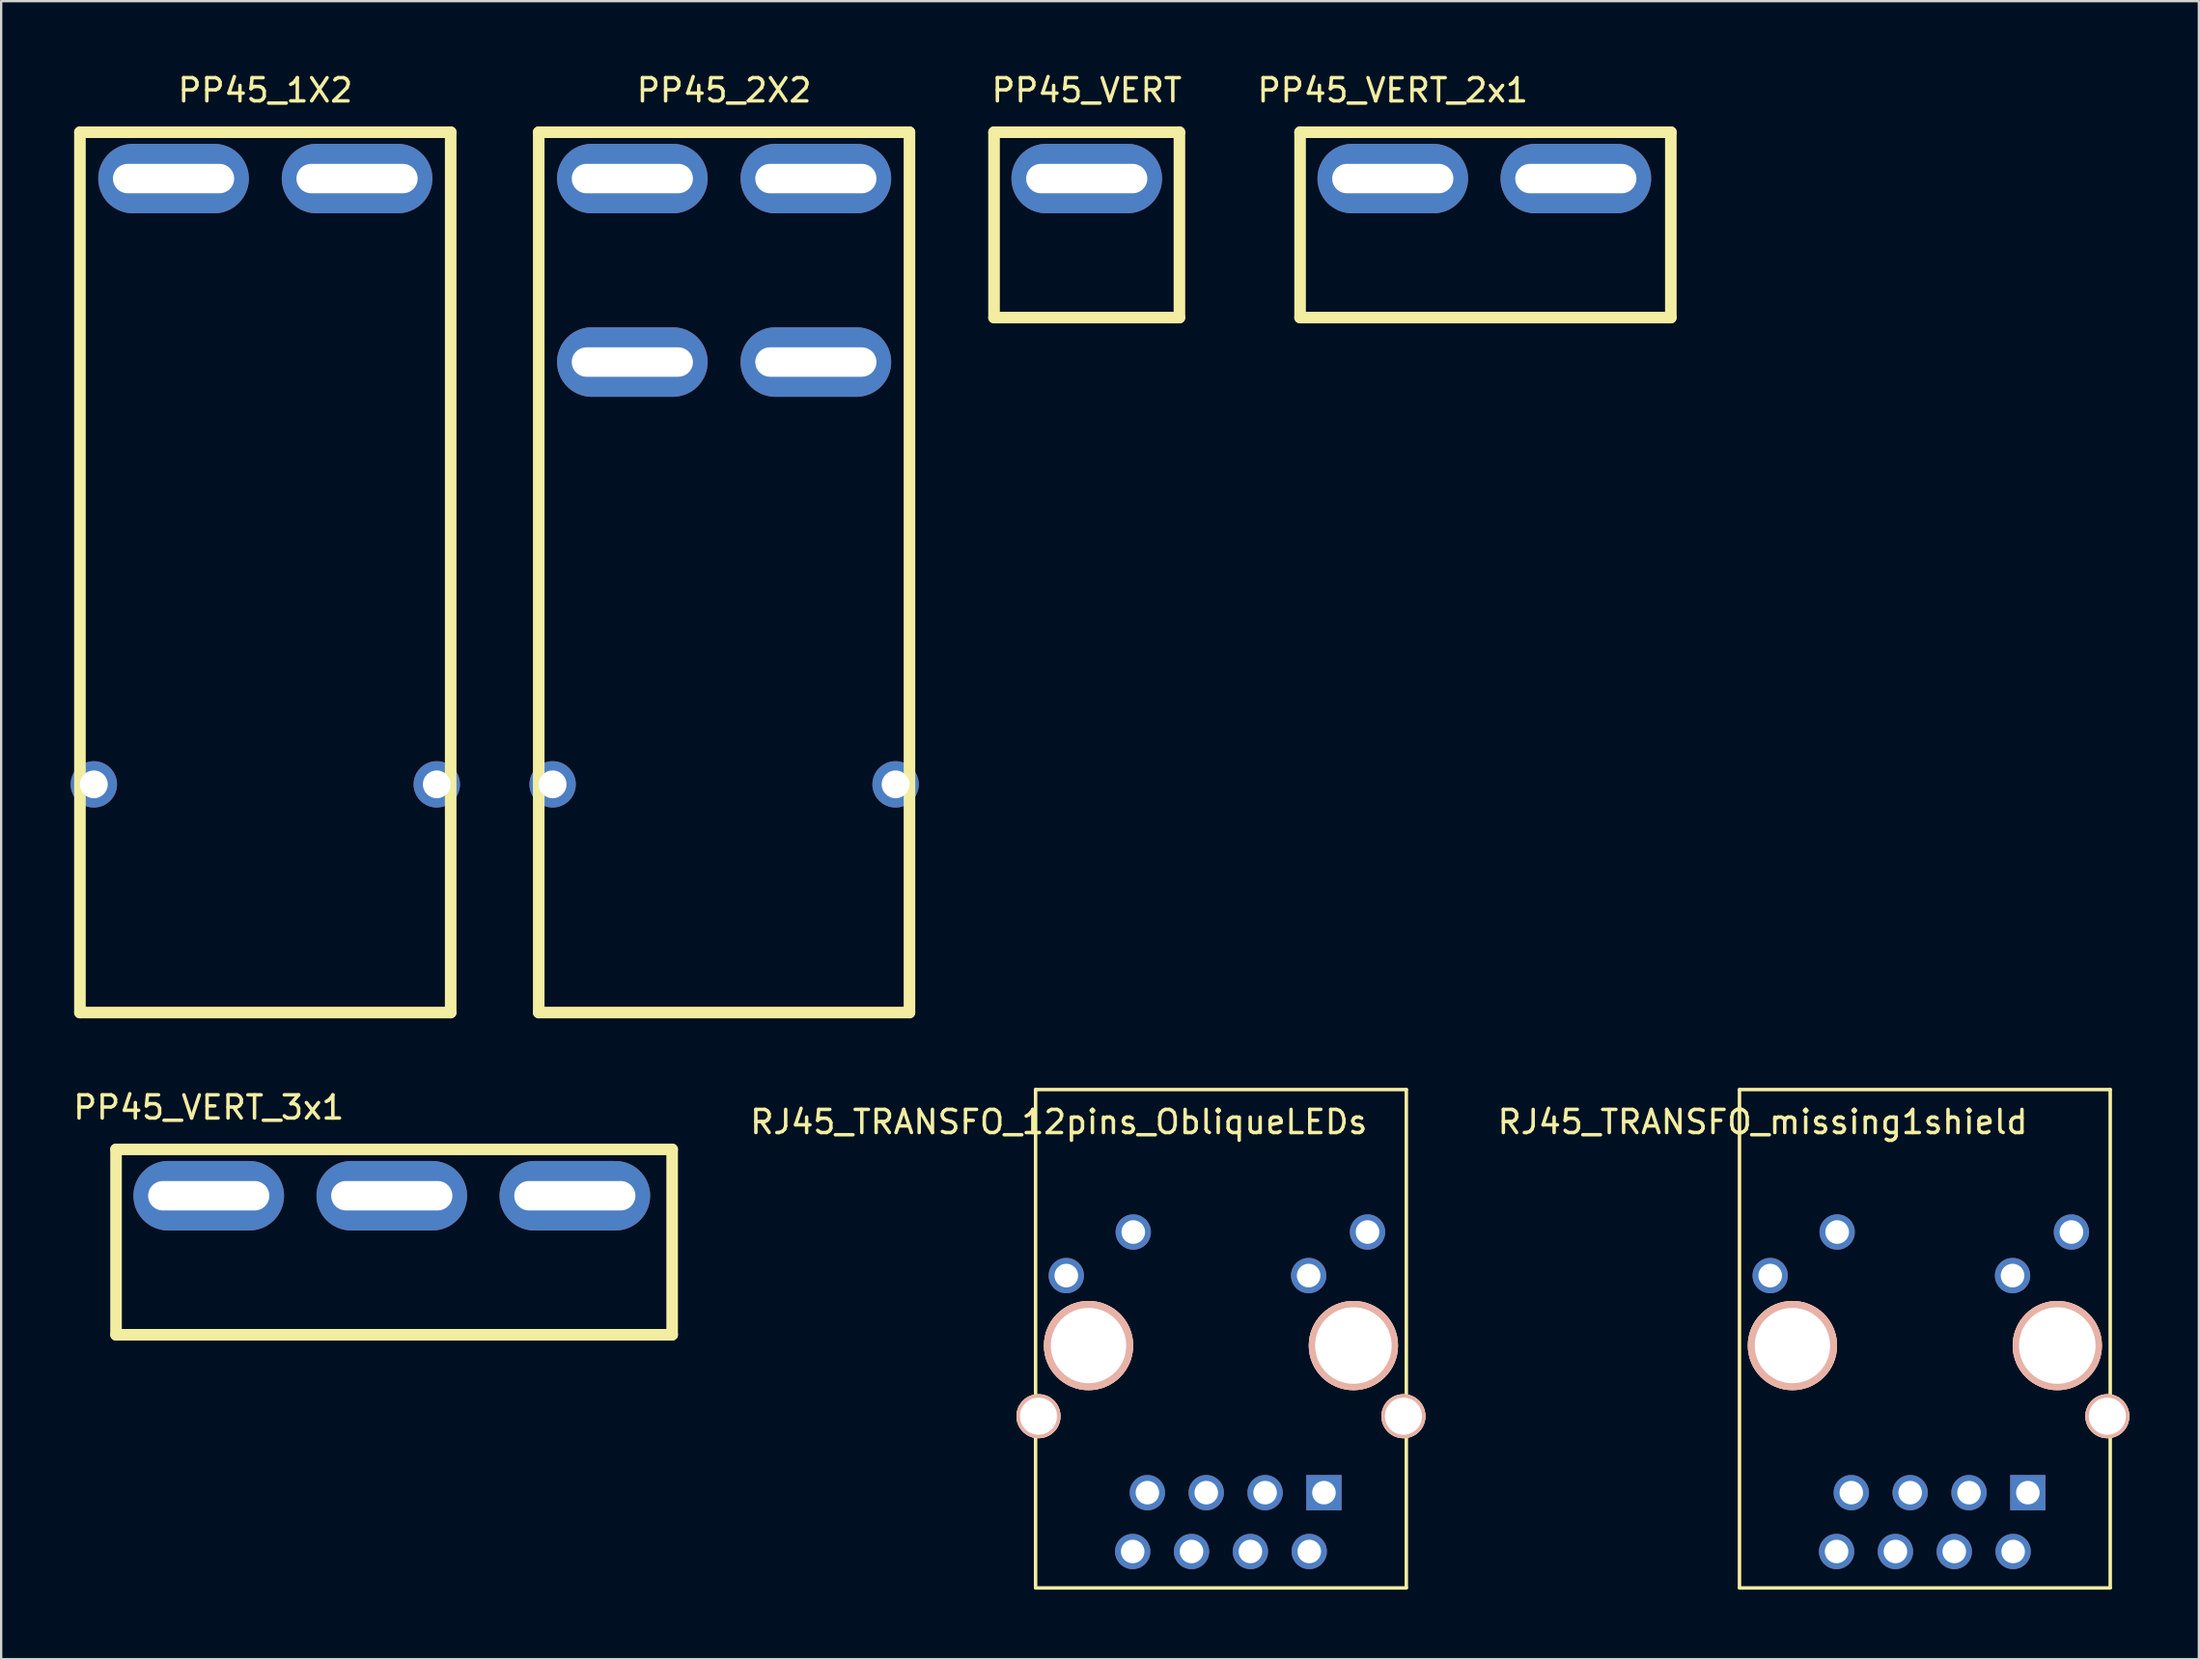
<source format=kicad_pcb>
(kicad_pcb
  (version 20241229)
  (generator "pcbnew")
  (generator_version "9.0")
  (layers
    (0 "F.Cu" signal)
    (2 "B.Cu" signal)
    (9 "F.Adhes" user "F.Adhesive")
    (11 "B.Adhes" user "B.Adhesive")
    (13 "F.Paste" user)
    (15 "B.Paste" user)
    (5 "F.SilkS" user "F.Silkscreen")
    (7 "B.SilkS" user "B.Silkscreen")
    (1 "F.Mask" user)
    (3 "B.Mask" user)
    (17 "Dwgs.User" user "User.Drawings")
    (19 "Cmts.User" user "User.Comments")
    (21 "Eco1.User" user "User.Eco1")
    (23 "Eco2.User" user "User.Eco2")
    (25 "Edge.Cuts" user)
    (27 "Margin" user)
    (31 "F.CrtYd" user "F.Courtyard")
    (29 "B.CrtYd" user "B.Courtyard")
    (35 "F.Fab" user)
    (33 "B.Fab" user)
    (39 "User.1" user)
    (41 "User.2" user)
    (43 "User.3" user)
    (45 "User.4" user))
  (footprint "PP45_2X2"
    (layer "F.Cu")
    (at 28.2 4.658)
    (property "Reference" "PP45_2X2" (at 0 -3.81 0) (layer "F.SilkS") (effects (font (size 1 1) (thickness 0.15))))
    (attr through_hole)
    (fp_line (start -8 -2) (end -8 36) (stroke (width 0.5) (type solid)) (layer "F.SilkS"))
    (fp_line (start -8 36) (end 8 36) (stroke (width 0.5) (type solid)) (layer "F.SilkS"))
    (fp_line (start 8 -2) (end -8 -2) (stroke (width 0.5) (type solid)) (layer "F.SilkS"))
    (fp_line (start 8 36) (end 8 -2) (stroke (width 0.5) (type solid)) (layer "F.SilkS"))
    (pad "1" thru_hole oval (at -3.96 0) (size 6.5 3) (drill oval 5.23 1.27) (layers "*.Cu" "*.Mask"))
    (pad "2" thru_hole oval (at 3.96 0) (size 6.5 3) (drill oval 5.23 1.27) (layers "*.Cu" "*.Mask"))
    (pad "3" thru_hole oval (at -3.96 7.92) (size 6.5 3) (drill oval 5.23 1.27) (layers "*.Cu" "*.Mask"))
    (pad "4" thru_hole oval (at 3.96 7.92) (size 6.5 3) (drill oval 5.23 1.27) (layers "*.Cu" "*.Mask"))
    (pad "MNT" thru_hole circle (at -7.4 26.15) (size 2 2) (drill 1.2) (layers "*.Cu" "*.Mask"))
    (pad "MNT" thru_hole circle (at 7.4 26.15) (size 2 2) (drill 1.2) (layers "*.Cu" "*.Mask")))
  (footprint "RJ45_TRANSFO_12pins_ObliqueLEDs"
    (layer "F.Cu")
    (at 49.643 54.738)
    (property "Reference" "RJ45_TRANSFO_12pins_ObliqueLEDs" (at -7 -9.355 0) (layer "F.SilkS") (effects (font (size 1 1) (thickness 0.15))))
    (attr through_hole)
    (fp_line (start -8 -10.755) (end 8 -10.755) (stroke (width 0.15) (type solid)) (layer "F.SilkS"))
    (fp_line (start -8 10.745) (end -8 -10.755) (stroke (width 0.15) (type solid)) (layer "F.SilkS"))
    (fp_line (start -8 10.757) (end 8 10.757) (stroke (width 0.15) (type solid)) (layer "F.SilkS"))
    (fp_line (start 8 -10.755) (end 8 10.745) (stroke (width 0.15) (type solid)) (layer "F.SilkS"))
    (pad "1" thru_hole rect (at 4.445 6.645) (size 1.524 1.524) (drill 1.016) (layers "*.Cu" "*.Mask"))
    (pad "2" thru_hole circle (at 3.81 9.185) (size 1.524 1.524) (drill 1.016) (layers "*.Cu" "*.Mask"))
    (pad "3" thru_hole circle (at 1.905 6.645) (size 1.524 1.524) (drill 1.016) (layers "*.Cu" "*.Mask"))
    (pad "4" thru_hole circle (at 1.27 9.185) (size 1.524 1.524) (drill 1.016) (layers "*.Cu" "*.Mask"))
    (pad "5" thru_hole circle (at -0.635 6.645) (size 1.524 1.524) (drill 1.016) (layers "*.Cu" "*.Mask"))
    (pad "6" thru_hole circle (at -1.27 9.185) (size 1.524 1.524) (drill 1.016) (layers "*.Cu" "*.Mask"))
    (pad "7" thru_hole circle (at -3.175 6.645) (size 1.524 1.524) (drill 1.016) (layers "*.Cu" "*.Mask"))
    (pad "8" thru_hole circle (at -3.81 9.185) (size 1.524 1.524) (drill 1.016) (layers "*.Cu" "*.Mask"))
    (pad "9" thru_hole circle (at 6.325 -4.605) (size 1.524 1.524) (drill 1.02) (layers "*.Cu" "*.Mask"))
    (pad "10" thru_hole circle (at 3.785 -2.725) (size 1.524 1.524) (drill 1.02) (layers "*.Cu" "*.Mask"))
    (pad "11" thru_hole circle (at -3.785 -4.605) (size 1.524 1.524) (drill 1.02) (layers "*.Cu" "*.Mask"))
    (pad "12" thru_hole circle (at -6.675 -2.725) (size 1.524 1.524) (drill 1.02) (layers "*.Cu" "*.Mask"))
    (pad "13" thru_hole circle (at -7.875 3.345) (size 1.9 1.9) (drill 1.6) (layers "*.Cu" "*.SilkS" "*.Mask"))
    (pad "13" thru_hole circle (at 7.875 3.345) (size 1.9 1.9) (drill 1.6) (layers "*.Cu" "*.SilkS" "*.Mask"))
    (pad "Hole" thru_hole circle (at -5.715 0.295) (size 3.851 3.851) (drill 3.25) (layers "*.Cu" "*.SilkS" "*.Mask"))
    (pad "Hole" thru_hole circle (at 5.715 0.295) (size 3.851 3.851) (drill 3.302) (layers "*.Cu" "*.SilkS" "*.Mask")))
  (footprint "PP45_1X2"
    (layer "F.Cu")
    (at 8.4 4.658)
    (property "Reference" "PP45_1X2" (at 0 -3.81 0) (layer "F.SilkS") (effects (font (size 1 1) (thickness 0.15))))
    (attr through_hole)
    (fp_line (start -8 -2) (end -8 36) (stroke (width 0.5) (type solid)) (layer "F.SilkS"))
    (fp_line (start -8 36) (end 8 36) (stroke (width 0.5) (type solid)) (layer "F.SilkS"))
    (fp_line (start 8 -2) (end -8 -2) (stroke (width 0.5) (type solid)) (layer "F.SilkS"))
    (fp_line (start 8 36) (end 8 -2) (stroke (width 0.5) (type solid)) (layer "F.SilkS"))
    (pad "1" thru_hole oval (at -3.96 0) (size 6.5 3) (drill oval 5.23 1.27) (layers "*.Cu" "*.Mask"))
    (pad "2" thru_hole oval (at 3.96 0) (size 6.5 3) (drill oval 5.23 1.27) (layers "*.Cu" "*.Mask"))
    (pad "MNT" thru_hole circle (at -7.4 26.15) (size 2 2) (drill 1.2) (layers "*.Cu" "*.Mask"))
    (pad "MNT" thru_hole circle (at 7.4 26.15) (size 2 2) (drill 1.2) (layers "*.Cu" "*.Mask")))
  (footprint "PP45_VERT"
    (layer "F.Cu")
    (at 43.85 4.658)
    (property "Reference" "PP45_VERT" (at 0 -3.81 0) (layer "F.SilkS") (effects (font (size 1 1) (thickness 0.15))))
    (attr through_hole)
    (fp_line (start -4 -2) (end -4 6) (stroke (width 0.5) (type solid)) (layer "F.SilkS"))
    (fp_line (start -4 6) (end 4 6) (stroke (width 0.5) (type solid)) (layer "F.SilkS"))
    (fp_line (start 4 -2) (end -4 -2) (stroke (width 0.5) (type solid)) (layer "F.SilkS"))
    (fp_line (start 4 6) (end 4 -2) (stroke (width 0.5) (type solid)) (layer "F.SilkS"))
    (pad "1" thru_hole oval (at 0 0) (size 6.5 3) (drill oval 5.23 1.27) (layers "*.Cu" "*.Mask")))
  (footprint "PP45_VERT_2x1"
    (layer "F.Cu")
    (at 57.058 4.658)
    (property "Reference" "PP45_VERT_2x1" (at 0 -3.81 0) (layer "F.SilkS") (effects (font (size 1 1) (thickness 0.15))))
    (attr through_hole)
    (fp_line (start -4 -2) (end -4 6) (stroke (width 0.5) (type solid)) (layer "F.SilkS"))
    (fp_line (start -4 6) (end 12 6) (stroke (width 0.5) (type solid)) (layer "F.SilkS"))
    (fp_line (start 12 -2) (end -4 -2) (stroke (width 0.5) (type solid)) (layer "F.SilkS"))
    (fp_line (start 12 6) (end 12 -2) (stroke (width 0.5) (type solid)) (layer "F.SilkS"))
    (pad "1" thru_hole oval (at 0 0) (size 6.5 3) (drill oval 5.23 1.27) (layers "*.Cu" "*.Mask"))
    (pad "2" thru_hole oval (at 7.9 0) (size 6.5 3) (drill oval 5.23 1.27) (layers "*.Cu" "*.Mask")))
  (footprint "RJ45_TRANSFO_missing1shield"
    (layer "F.Cu")
    (at 80.021 54.738)
    (property "Reference" "RJ45_TRANSFO_missing1shield" (at -7 -9.355 0) (layer "F.SilkS") (effects (font (size 1 1) (thickness 0.15))))
    (attr through_hole)
    (fp_line (start -8 -10.755) (end 8 -10.755) (stroke (width 0.15) (type solid)) (layer "F.SilkS"))
    (fp_line (start -8 10.745) (end -8 -10.755) (stroke (width 0.15) (type solid)) (layer "F.SilkS"))
    (fp_line (start -8 10.757) (end 8 10.757) (stroke (width 0.15) (type solid)) (layer "F.SilkS"))
    (fp_line (start 8 -10.755) (end 8 10.745) (stroke (width 0.15) (type solid)) (layer "F.SilkS"))
    (pad "1" thru_hole rect (at 4.445 6.645) (size 1.524 1.524) (drill 1.016) (layers "*.Cu" "*.Mask"))
    (pad "2" thru_hole circle (at 3.81 9.185) (size 1.524 1.524) (drill 1.016) (layers "*.Cu" "*.Mask"))
    (pad "3" thru_hole circle (at 1.905 6.645) (size 1.524 1.524) (drill 1.016) (layers "*.Cu" "*.Mask"))
    (pad "4" thru_hole circle (at 1.27 9.185) (size 1.524 1.524) (drill 1.016) (layers "*.Cu" "*.Mask"))
    (pad "5" thru_hole circle (at -0.635 6.645) (size 1.524 1.524) (drill 1.016) (layers "*.Cu" "*.Mask"))
    (pad "6" thru_hole circle (at -1.27 9.185) (size 1.524 1.524) (drill 1.016) (layers "*.Cu" "*.Mask"))
    (pad "7" thru_hole circle (at -3.175 6.645) (size 1.524 1.524) (drill 1.016) (layers "*.Cu" "*.Mask"))
    (pad "8" thru_hole circle (at -3.81 9.185) (size 1.524 1.524) (drill 1.016) (layers "*.Cu" "*.Mask"))
    (pad "9" thru_hole circle (at 6.325 -4.605) (size 1.524 1.524) (drill 1.02) (layers "*.Cu" "*.Mask"))
    (pad "10" thru_hole circle (at 3.785 -2.725) (size 1.524 1.524) (drill 1.02) (layers "*.Cu" "*.Mask"))
    (pad "11" thru_hole circle (at -3.785 -4.605) (size 1.524 1.524) (drill 1.02) (layers "*.Cu" "*.Mask"))
    (pad "12" thru_hole circle (at -6.675 -2.725) (size 1.524 1.524) (drill 1.02) (layers "*.Cu" "*.Mask"))
    (pad "13" thru_hole circle (at 7.875 3.345) (size 1.9 1.9) (drill 1.6) (layers "*.Cu" "*.SilkS" "*.Mask"))
    (pad "Hole" thru_hole circle (at -5.715 0.295) (size 3.851 3.851) (drill 3.25) (layers "*.Cu" "*.SilkS" "*.Mask"))
    (pad "Hole" thru_hole circle (at 5.715 0.295) (size 3.851 3.851) (drill 3.302) (layers "*.Cu" "*.SilkS" "*.Mask")))
  (footprint "PP45_VERT_3x1"
    (layer "F.Cu")
    (at 5.958 48.566)
    (property "Reference" "PP45_VERT_3x1" (at 0 -3.81 0) (layer "F.SilkS") (effects (font (size 1 1) (thickness 0.15))))
    (attr through_hole)
    (fp_line (start -4 -2) (end -4 6) (stroke (width 0.5) (type solid)) (layer "F.SilkS"))
    (fp_line (start -4 6) (end 20 6) (stroke (width 0.5) (type solid)) (layer "F.SilkS"))
    (fp_line (start 20 -2) (end -4 -2) (stroke (width 0.5) (type solid)) (layer "F.SilkS"))
    (fp_line (start 20 6) (end 20 -2) (stroke (width 0.5) (type solid)) (layer "F.SilkS"))
    (pad "1" thru_hole oval (at 0 0) (size 6.5 3) (drill oval 5.23 1.27) (layers "*.Cu" "*.Mask"))
    (pad "2" thru_hole oval (at 7.9 0) (size 6.5 3) (drill oval 5.23 1.27) (layers "*.Cu" "*.Mask"))
    (pad "3" thru_hole oval (at 15.8 0) (size 6.5 3) (drill oval 5.23 1.27) (layers "*.Cu" "*.Mask")))
  (gr_rect
    (start -3 -3)
    (end 91.846 68.57)
    (stroke (width 0.1) (type default))
    (fill no)
    (layer "Edge.Cuts")))
</source>
